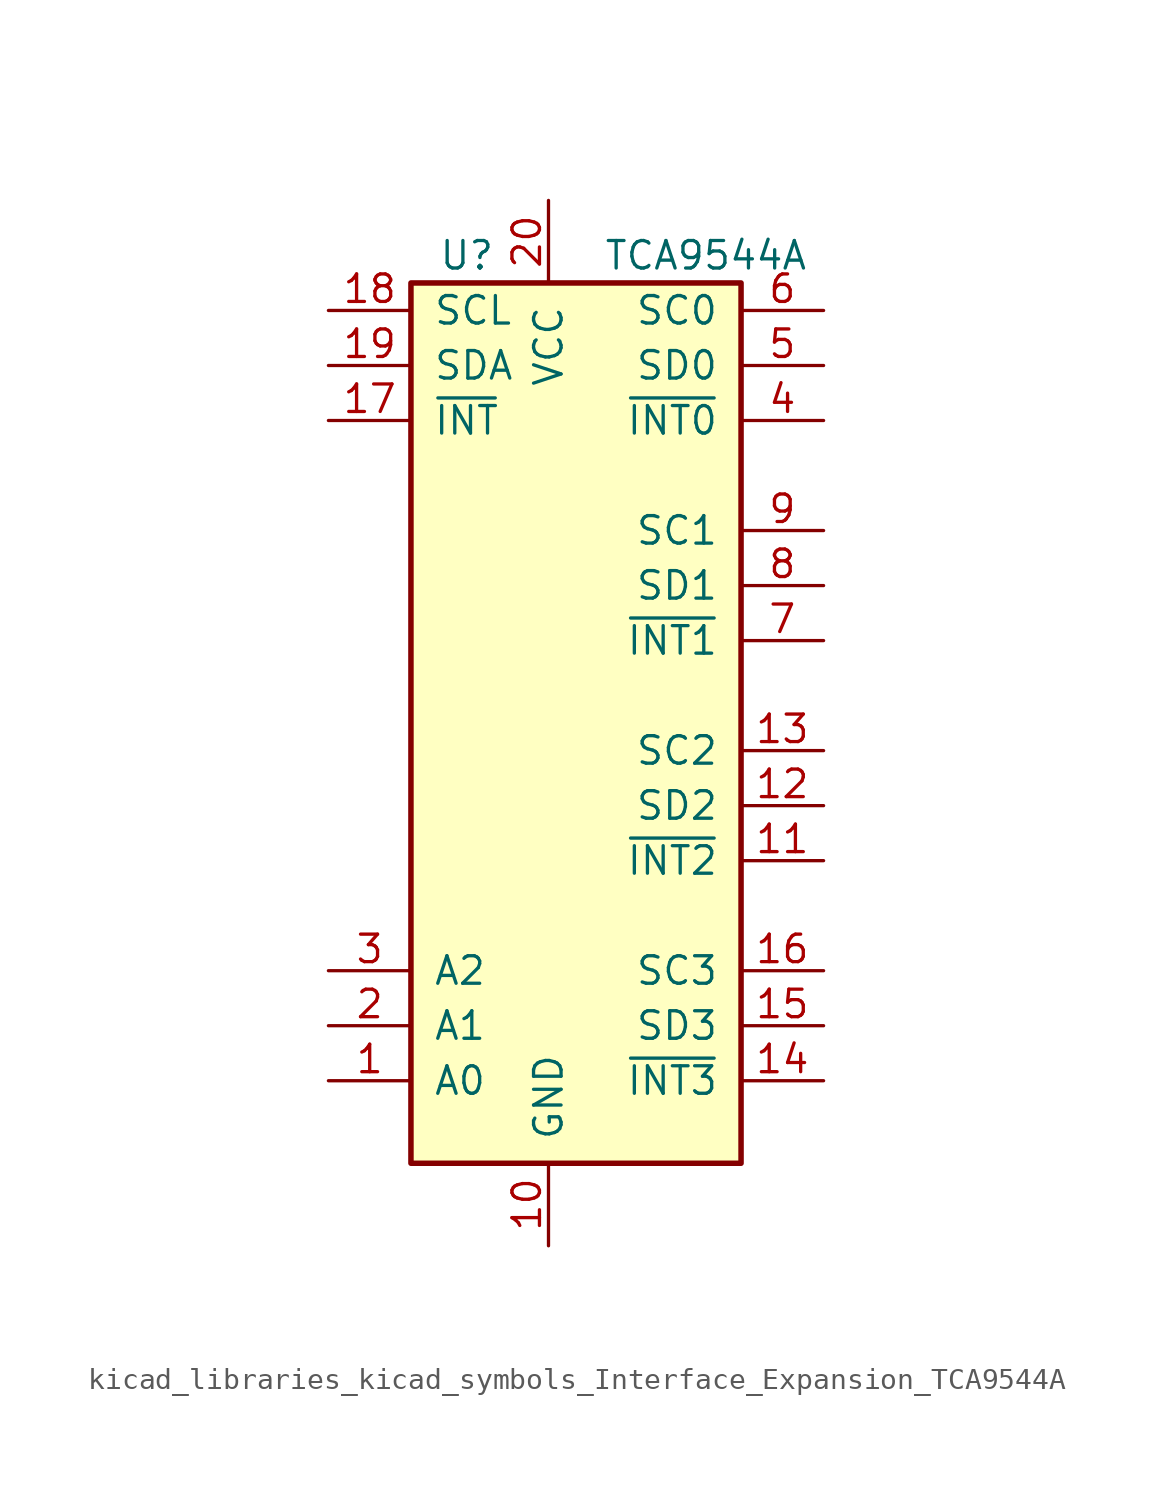
<source format=kicad_sym>
(kicad_symbol_lib
  (version 20220914)
  (generator kicad_symbol_editor)
  (symbol "kicad_libraries_kicad_symbols_Interface_Expansion_TCA9544A"
    (pin_names
      (offset 1.016))
    (property "Reference" "U"
      (at -5.08 20.32 0)
      (effects (font (size 1.27 1.27)) (justify left)))
    (property "Value" "TCA9544A"
      (at 2.54 20.32 0)
      (effects (font (size 1.27 1.27)) (justify left)))
    (symbol "kicad_libraries_kicad_symbols_Interface_Expansion_TCA9544A_0_1"
      (rectangle (start -6.35 19.05) (end 8.89 -21.59) (stroke (width 0.254) (type default)) (fill (type background))))
    (symbol "kicad_libraries_kicad_symbols_Interface_Expansion_TCA9544A_1_1"
      (pin input line (at -10.16 -17.78 0) (length 3.81) (name "A0" (effects (font (size 1.27 1.27)))) (number "1" (effects (font (size 1.27 1.27)))))
      (pin power_in line (at 0 -25.4 90) (length 3.81) (name "GND" (effects (font (size 1.27 1.27)))) (number "10" (effects (font (size 1.27 1.27)))))
      (pin input line (at 12.7 -7.62 180) (length 3.81) (name "~{INT2}" (effects (font (size 1.27 1.27)))) (number "11" (effects (font (size 1.27 1.27)))))
      (pin bidirectional line (at 12.7 -5.08 180) (length 3.81) (name "SD2" (effects (font (size 1.27 1.27)))) (number "12" (effects (font (size 1.27 1.27)))))
      (pin bidirectional line (at 12.7 -2.54 180) (length 3.81) (name "SC2" (effects (font (size 1.27 1.27)))) (number "13" (effects (font (size 1.27 1.27)))))
      (pin input line (at 12.7 -17.78 180) (length 3.81) (name "~{INT3}" (effects (font (size 1.27 1.27)))) (number "14" (effects (font (size 1.27 1.27)))))
      (pin bidirectional line (at 12.7 -15.24 180) (length 3.81) (name "SD3" (effects (font (size 1.27 1.27)))) (number "15" (effects (font (size 1.27 1.27)))))
      (pin bidirectional line (at 12.7 -12.7 180) (length 3.81) (name "SC3" (effects (font (size 1.27 1.27)))) (number "16" (effects (font (size 1.27 1.27)))))
      (pin open_collector line (at -10.16 12.7 0) (length 3.81) (name "~{INT}" (effects (font (size 1.27 1.27)))) (number "17" (effects (font (size 1.27 1.27)))))
      (pin bidirectional line (at -10.16 17.78 0) (length 3.81) (name "SCL" (effects (font (size 1.27 1.27)))) (number "18" (effects (font (size 1.27 1.27)))))
      (pin bidirectional line (at -10.16 15.24 0) (length 3.81) (name "SDA" (effects (font (size 1.27 1.27)))) (number "19" (effects (font (size 1.27 1.27)))))
      (pin input line (at -10.16 -15.24 0) (length 3.81) (name "A1" (effects (font (size 1.27 1.27)))) (number "2" (effects (font (size 1.27 1.27)))))
      (pin power_in line (at 0 22.86 270) (length 3.81) (name "VCC" (effects (font (size 1.27 1.27)))) (number "20" (effects (font (size 1.27 1.27)))))
      (pin input line (at -10.16 -12.7 0) (length 3.81) (name "A2" (effects (font (size 1.27 1.27)))) (number "3" (effects (font (size 1.27 1.27)))))
      (pin input line (at 12.7 12.7 180) (length 3.81) (name "~{INT0}" (effects (font (size 1.27 1.27)))) (number "4" (effects (font (size 1.27 1.27)))))
      (pin bidirectional line (at 12.7 15.24 180) (length 3.81) (name "SD0" (effects (font (size 1.27 1.27)))) (number "5" (effects (font (size 1.27 1.27)))))
      (pin bidirectional line (at 12.7 17.78 180) (length 3.81) (name "SC0" (effects (font (size 1.27 1.27)))) (number "6" (effects (font (size 1.27 1.27)))))
      (pin input line (at 12.7 2.54 180) (length 3.81) (name "~{INT1}" (effects (font (size 1.27 1.27)))) (number "7" (effects (font (size 1.27 1.27)))))
      (pin bidirectional line (at 12.7 5.08 180) (length 3.81) (name "SD1" (effects (font (size 1.27 1.27)))) (number "8" (effects (font (size 1.27 1.27)))))
      (pin bidirectional line (at 12.7 7.62 180) (length 3.81) (name "SC1" (effects (font (size 1.27 1.27)))) (number "9" (effects (font (size 1.27 1.27))))))))
</source>
